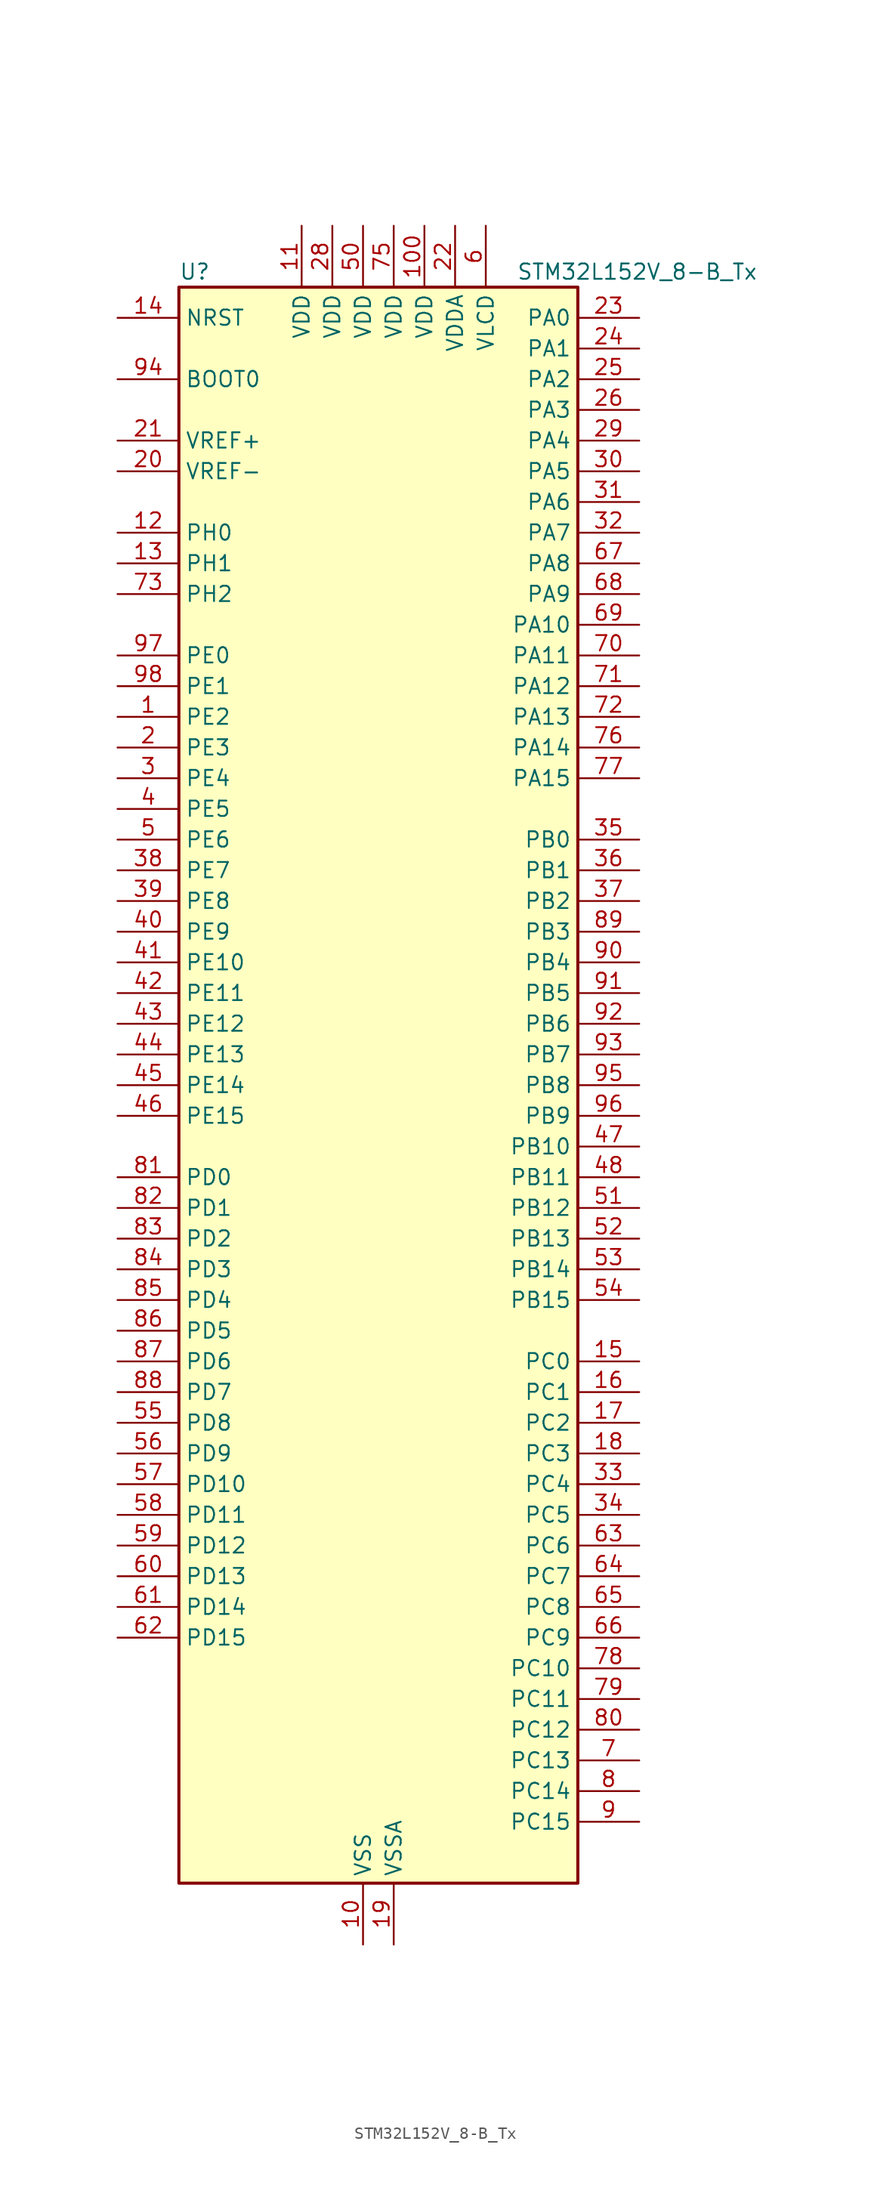
<source format=kicad_sym>
(kicad_symbol_lib
  (version 20231120)
  (generator "kicad-library-utils")
  (generator_version "8.0")
  (symbol "STM32L152V_8-B_Tx"
    (property "Reference" "U"
      (at -15.24 67.31 0)
      (effects (font (size 1.27 1.27)) (justify left)))
    (property "Value" "STM32L152V_8-B_Tx"
      (at 12.7 67.31 0)
      (effects (font (size 1.27 1.27)) (justify left)))
    (symbol "STM32L152V_8-B_Tx_0_1"
      (rectangle (start -15.24 -66.04) (end 17.78 66.04) (stroke (width 0.254) (type default)) (fill (type background))))
    (symbol "STM32L152V_8-B_Tx_1_1"
      (pin bidirectional line (at -20.32 30.48 0) (length 5.08) (name "PE2" (effects (font (size 1.27 1.27)))) (number "1" (effects (font (size 1.27 1.27)))) (alternate "LCD_SEG38" bidirectional line) (alternate "SYS_TRACECK" bidirectional line) (alternate "TIM3_ETR" bidirectional line) (alternate "TIMX_IC3" bidirectional line))
      (pin power_in line (at 0 -71.12 90) (length 5.08) (name "VSS" (effects (font (size 1.27 1.27)))) (number "10" (effects (font (size 1.27 1.27)))))
      (pin power_in line (at 5.08 71.12 270) (length 5.08) (name "VDD" (effects (font (size 1.27 1.27)))) (number "100" (effects (font (size 1.27 1.27)))))
      (pin power_in line (at -5.08 71.12 270) (length 5.08) (name "VDD" (effects (font (size 1.27 1.27)))) (number "11" (effects (font (size 1.27 1.27)))))
      (pin bidirectional line (at -20.32 45.72 0) (length 5.08) (name "PH0" (effects (font (size 1.27 1.27)))) (number "12" (effects (font (size 1.27 1.27)))) (alternate "RCC_OSC_IN" bidirectional line))
      (pin bidirectional line (at -20.32 43.18 0) (length 5.08) (name "PH1" (effects (font (size 1.27 1.27)))) (number "13" (effects (font (size 1.27 1.27)))) (alternate "RCC_OSC_OUT" bidirectional line))
      (pin input line (at -20.32 63.5 0) (length 5.08) (name "NRST" (effects (font (size 1.27 1.27)))) (number "14" (effects (font (size 1.27 1.27)))))
      (pin bidirectional line (at 22.86 -22.86 180) (length 5.08) (name "PC0" (effects (font (size 1.27 1.27)))) (number "15" (effects (font (size 1.27 1.27)))) (alternate "ADC_IN10" bidirectional line) (alternate "COMP1_INP" bidirectional line) (alternate "LCD_SEG18" bidirectional line) (alternate "TIMX_IC1" bidirectional line) (alternate "TS_G8_IO1" bidirectional line))
      (pin bidirectional line (at 22.86 -25.4 180) (length 5.08) (name "PC1" (effects (font (size 1.27 1.27)))) (number "16" (effects (font (size 1.27 1.27)))) (alternate "ADC_IN11" bidirectional line) (alternate "COMP1_INP" bidirectional line) (alternate "LCD_SEG19" bidirectional line) (alternate "TIMX_IC2" bidirectional line) (alternate "TS_G8_IO2" bidirectional line))
      (pin bidirectional line (at 22.86 -27.94 180) (length 5.08) (name "PC2" (effects (font (size 1.27 1.27)))) (number "17" (effects (font (size 1.27 1.27)))) (alternate "ADC_IN12" bidirectional line) (alternate "COMP1_INP" bidirectional line) (alternate "LCD_SEG20" bidirectional line) (alternate "TIMX_IC3" bidirectional line) (alternate "TS_G8_IO3" bidirectional line))
      (pin bidirectional line (at 22.86 -30.48 180) (length 5.08) (name "PC3" (effects (font (size 1.27 1.27)))) (number "18" (effects (font (size 1.27 1.27)))) (alternate "ADC_IN13" bidirectional line) (alternate "COMP1_INP" bidirectional line) (alternate "LCD_SEG21" bidirectional line) (alternate "TIMX_IC4" bidirectional line) (alternate "TS_G8_IO4" bidirectional line))
      (pin power_in line (at 2.54 -71.12 90) (length 5.08) (name "VSSA" (effects (font (size 1.27 1.27)))) (number "19" (effects (font (size 1.27 1.27)))))
      (pin bidirectional line (at -20.32 27.94 0) (length 5.08) (name "PE3" (effects (font (size 1.27 1.27)))) (number "2" (effects (font (size 1.27 1.27)))) (alternate "LCD_SEG39" bidirectional line) (alternate "SYS_TRACED0" bidirectional line) (alternate "TIM3_CH1" bidirectional line) (alternate "TIMX_IC4" bidirectional line))
      (pin input line (at -20.32 50.8 0) (length 5.08) (name "VREF-" (effects (font (size 1.27 1.27)))) (number "20" (effects (font (size 1.27 1.27)))))
      (pin input line (at -20.32 53.34 0) (length 5.08) (name "VREF+" (effects (font (size 1.27 1.27)))) (number "21" (effects (font (size 1.27 1.27)))))
      (pin power_in line (at 7.62 71.12 270) (length 5.08) (name "VDDA" (effects (font (size 1.27 1.27)))) (number "22" (effects (font (size 1.27 1.27)))))
      (pin bidirectional line (at 22.86 63.5 180) (length 5.08) (name "PA0" (effects (font (size 1.27 1.27)))) (number "23" (effects (font (size 1.27 1.27)))) (alternate "ADC_IN0" bidirectional line) (alternate "COMP1_INP" bidirectional line) (alternate "SYS_WKUP1" bidirectional line) (alternate "TIM2_CH1" bidirectional line) (alternate "TIM2_ETR" bidirectional line) (alternate "TIMX_IC1" bidirectional line) (alternate "TS_G1_IO1" bidirectional line) (alternate "USART2_CTS" bidirectional line))
      (pin bidirectional line (at 22.86 60.96 180) (length 5.08) (name "PA1" (effects (font (size 1.27 1.27)))) (number "24" (effects (font (size 1.27 1.27)))) (alternate "ADC_IN1" bidirectional line) (alternate "COMP1_INP" bidirectional line) (alternate "LCD_SEG0" bidirectional line) (alternate "TIM2_CH2" bidirectional line) (alternate "TIMX_IC2" bidirectional line) (alternate "TS_G1_IO2" bidirectional line) (alternate "USART2_RTS" bidirectional line))
      (pin bidirectional line (at 22.86 58.42 180) (length 5.08) (name "PA2" (effects (font (size 1.27 1.27)))) (number "25" (effects (font (size 1.27 1.27)))) (alternate "ADC_IN2" bidirectional line) (alternate "COMP1_INP" bidirectional line) (alternate "LCD_SEG1" bidirectional line) (alternate "TIM2_CH3" bidirectional line) (alternate "TIM9_CH1" bidirectional line) (alternate "TIMX_IC3" bidirectional line) (alternate "TS_G1_IO3" bidirectional line) (alternate "USART2_TX" bidirectional line))
      (pin bidirectional line (at 22.86 55.88 180) (length 5.08) (name "PA3" (effects (font (size 1.27 1.27)))) (number "26" (effects (font (size 1.27 1.27)))) (alternate "ADC_IN3" bidirectional line) (alternate "COMP1_INP" bidirectional line) (alternate "LCD_SEG2" bidirectional line) (alternate "TIM2_CH4" bidirectional line) (alternate "TIM9_CH2" bidirectional line) (alternate "TIMX_IC4" bidirectional line) (alternate "TS_G1_IO4" bidirectional line) (alternate "USART2_RX" bidirectional line))
      (pin passive line (at 0 -71.12 90) (length 5.08) hide (name "VSS" (effects (font (size 1.27 1.27)))) (number "27" (effects (font (size 1.27 1.27)))))
      (pin power_in line (at -2.54 71.12 270) (length 5.08) (name "VDD" (effects (font (size 1.27 1.27)))) (number "28" (effects (font (size 1.27 1.27)))))
      (pin bidirectional line (at 22.86 53.34 180) (length 5.08) (name "PA4" (effects (font (size 1.27 1.27)))) (number "29" (effects (font (size 1.27 1.27)))) (alternate "ADC_IN4" bidirectional line) (alternate "COMP1_INP" bidirectional line) (alternate "DAC_OUT1" bidirectional line) (alternate "SPI1_NSS" bidirectional line) (alternate "TIMX_IC1" bidirectional line) (alternate "USART2_CK" bidirectional line))
      (pin bidirectional line (at -20.32 25.4 0) (length 5.08) (name "PE4" (effects (font (size 1.27 1.27)))) (number "3" (effects (font (size 1.27 1.27)))) (alternate "SYS_TRACED1" bidirectional line) (alternate "TIM3_CH2" bidirectional line) (alternate "TIMX_IC1" bidirectional line))
      (pin bidirectional line (at 22.86 50.8 180) (length 5.08) (name "PA5" (effects (font (size 1.27 1.27)))) (number "30" (effects (font (size 1.27 1.27)))) (alternate "ADC_IN5" bidirectional line) (alternate "COMP1_INP" bidirectional line) (alternate "DAC_OUT2" bidirectional line) (alternate "SPI1_SCK" bidirectional line) (alternate "TIM2_CH1" bidirectional line) (alternate "TIM2_ETR" bidirectional line) (alternate "TIMX_IC2" bidirectional line))
      (pin bidirectional line (at 22.86 48.26 180) (length 5.08) (name "PA6" (effects (font (size 1.27 1.27)))) (number "31" (effects (font (size 1.27 1.27)))) (alternate "ADC_IN6" bidirectional line) (alternate "COMP1_INP" bidirectional line) (alternate "LCD_SEG3" bidirectional line) (alternate "SPI1_MISO" bidirectional line) (alternate "TIM10_CH1" bidirectional line) (alternate "TIM3_CH1" bidirectional line) (alternate "TIMX_IC3" bidirectional line) (alternate "TS_G2_IO1" bidirectional line))
      (pin bidirectional line (at 22.86 45.72 180) (length 5.08) (name "PA7" (effects (font (size 1.27 1.27)))) (number "32" (effects (font (size 1.27 1.27)))) (alternate "ADC_IN7" bidirectional line) (alternate "COMP1_INP" bidirectional line) (alternate "LCD_SEG4" bidirectional line) (alternate "SPI1_MOSI" bidirectional line) (alternate "TIM11_CH1" bidirectional line) (alternate "TIM3_CH2" bidirectional line) (alternate "TIMX_IC4" bidirectional line) (alternate "TS_G2_IO2" bidirectional line))
      (pin bidirectional line (at 22.86 -33.02 180) (length 5.08) (name "PC4" (effects (font (size 1.27 1.27)))) (number "33" (effects (font (size 1.27 1.27)))) (alternate "ADC_IN14" bidirectional line) (alternate "COMP1_INP" bidirectional line) (alternate "LCD_SEG22" bidirectional line) (alternate "TIMX_IC1" bidirectional line) (alternate "TS_G9_IO1" bidirectional line))
      (pin bidirectional line (at 22.86 -35.56 180) (length 5.08) (name "PC5" (effects (font (size 1.27 1.27)))) (number "34" (effects (font (size 1.27 1.27)))) (alternate "ADC_IN15" bidirectional line) (alternate "COMP1_INP" bidirectional line) (alternate "LCD_SEG23" bidirectional line) (alternate "TIMX_IC2" bidirectional line) (alternate "TS_G9_IO2" bidirectional line))
      (pin bidirectional line (at 22.86 20.32 180) (length 5.08) (name "PB0" (effects (font (size 1.27 1.27)))) (number "35" (effects (font (size 1.27 1.27)))) (alternate "ADC_IN8" bidirectional line) (alternate "COMP1_INP" bidirectional line) (alternate "LCD_SEG5" bidirectional line) (alternate "SYS_V_REF_OUT" bidirectional line) (alternate "TIM3_CH3" bidirectional line) (alternate "TS_G3_IO1" bidirectional line))
      (pin bidirectional line (at 22.86 17.78 180) (length 5.08) (name "PB1" (effects (font (size 1.27 1.27)))) (number "36" (effects (font (size 1.27 1.27)))) (alternate "ADC_IN9" bidirectional line) (alternate "COMP1_INP" bidirectional line) (alternate "LCD_SEG6" bidirectional line) (alternate "SYS_V_REF_OUT" bidirectional line) (alternate "TIM3_CH4" bidirectional line) (alternate "TS_G3_IO2" bidirectional line))
      (pin bidirectional line (at 22.86 15.24 180) (length 5.08) (name "PB2" (effects (font (size 1.27 1.27)))) (number "37" (effects (font (size 1.27 1.27)))))
      (pin bidirectional line (at -20.32 17.78 0) (length 5.08) (name "PE7" (effects (font (size 1.27 1.27)))) (number "38" (effects (font (size 1.27 1.27)))) (alternate "ADC_IN22" bidirectional line) (alternate "COMP1_INP" bidirectional line) (alternate "TIMX_IC4" bidirectional line))
      (pin bidirectional line (at -20.32 15.24 0) (length 5.08) (name "PE8" (effects (font (size 1.27 1.27)))) (number "39" (effects (font (size 1.27 1.27)))) (alternate "ADC_IN23" bidirectional line) (alternate "COMP1_INP" bidirectional line) (alternate "TIMX_IC1" bidirectional line))
      (pin bidirectional line (at -20.32 22.86 0) (length 5.08) (name "PE5" (effects (font (size 1.27 1.27)))) (number "4" (effects (font (size 1.27 1.27)))) (alternate "SYS_TRACED2" bidirectional line) (alternate "TIM9_CH1" bidirectional line) (alternate "TIMX_IC2" bidirectional line))
      (pin bidirectional line (at -20.32 12.7 0) (length 5.08) (name "PE9" (effects (font (size 1.27 1.27)))) (number "40" (effects (font (size 1.27 1.27)))) (alternate "ADC_IN24" bidirectional line) (alternate "COMP1_INP" bidirectional line) (alternate "DAC_EXTI9" bidirectional line) (alternate "TIM2_CH1" bidirectional line) (alternate "TIM2_ETR" bidirectional line) (alternate "TIMX_IC2" bidirectional line))
      (pin bidirectional line (at -20.32 10.16 0) (length 5.08) (name "PE10" (effects (font (size 1.27 1.27)))) (number "41" (effects (font (size 1.27 1.27)))) (alternate "ADC_IN25" bidirectional line) (alternate "COMP1_INP" bidirectional line) (alternate "TIM2_CH2" bidirectional line) (alternate "TIMX_IC3" bidirectional line))
      (pin bidirectional line (at -20.32 7.62 0) (length 5.08) (name "PE11" (effects (font (size 1.27 1.27)))) (number "42" (effects (font (size 1.27 1.27)))) (alternate "ADC_EXTI11" bidirectional line) (alternate "TIM2_CH3" bidirectional line) (alternate "TIMX_IC4" bidirectional line))
      (pin bidirectional line (at -20.32 5.08 0) (length 5.08) (name "PE12" (effects (font (size 1.27 1.27)))) (number "43" (effects (font (size 1.27 1.27)))) (alternate "SPI1_NSS" bidirectional line) (alternate "TIM2_CH4" bidirectional line) (alternate "TIMX_IC1" bidirectional line))
      (pin bidirectional line (at -20.32 2.54 0) (length 5.08) (name "PE13" (effects (font (size 1.27 1.27)))) (number "44" (effects (font (size 1.27 1.27)))) (alternate "SPI1_SCK" bidirectional line) (alternate "TIMX_IC2" bidirectional line))
      (pin bidirectional line (at -20.32 0 0) (length 5.08) (name "PE14" (effects (font (size 1.27 1.27)))) (number "45" (effects (font (size 1.27 1.27)))) (alternate "SPI1_MISO" bidirectional line) (alternate "TIMX_IC3" bidirectional line))
      (pin bidirectional line (at -20.32 -2.54 0) (length 5.08) (name "PE15" (effects (font (size 1.27 1.27)))) (number "46" (effects (font (size 1.27 1.27)))) (alternate "ADC_EXTI15" bidirectional line) (alternate "SPI1_MOSI" bidirectional line) (alternate "TIMX_IC4" bidirectional line))
      (pin bidirectional line (at 22.86 -5.08 180) (length 5.08) (name "PB10" (effects (font (size 1.27 1.27)))) (number "47" (effects (font (size 1.27 1.27)))) (alternate "I2C2_SCL" bidirectional line) (alternate "LCD_SEG10" bidirectional line) (alternate "TIM2_CH3" bidirectional line) (alternate "USART3_TX" bidirectional line))
      (pin bidirectional line (at 22.86 -7.62 180) (length 5.08) (name "PB11" (effects (font (size 1.27 1.27)))) (number "48" (effects (font (size 1.27 1.27)))) (alternate "ADC_EXTI11" bidirectional line) (alternate "I2C2_SDA" bidirectional line) (alternate "LCD_SEG11" bidirectional line) (alternate "TIM2_CH4" bidirectional line) (alternate "USART3_RX" bidirectional line))
      (pin passive line (at 0 -71.12 90) (length 5.08) hide (name "VSS" (effects (font (size 1.27 1.27)))) (number "49" (effects (font (size 1.27 1.27)))))
      (pin bidirectional line (at -20.32 20.32 0) (length 5.08) (name "PE6" (effects (font (size 1.27 1.27)))) (number "5" (effects (font (size 1.27 1.27)))) (alternate "SYS_TRACED3" bidirectional line) (alternate "SYS_WKUP3" bidirectional line) (alternate "TIM9_CH2" bidirectional line) (alternate "TIMX_IC3" bidirectional line))
      (pin power_in line (at 0 71.12 270) (length 5.08) (name "VDD" (effects (font (size 1.27 1.27)))) (number "50" (effects (font (size 1.27 1.27)))))
      (pin bidirectional line (at 22.86 -10.16 180) (length 5.08) (name "PB12" (effects (font (size 1.27 1.27)))) (number "51" (effects (font (size 1.27 1.27)))) (alternate "ADC_IN18" bidirectional line) (alternate "COMP1_INP" bidirectional line) (alternate "I2C2_SMBA" bidirectional line) (alternate "LCD_SEG12" bidirectional line) (alternate "SPI2_NSS" bidirectional line) (alternate "TIM10_CH1" bidirectional line) (alternate "TS_G7_IO1" bidirectional line) (alternate "USART3_CK" bidirectional line))
      (pin bidirectional line (at 22.86 -12.7 180) (length 5.08) (name "PB13" (effects (font (size 1.27 1.27)))) (number "52" (effects (font (size 1.27 1.27)))) (alternate "ADC_IN19" bidirectional line) (alternate "COMP1_INP" bidirectional line) (alternate "LCD_SEG13" bidirectional line) (alternate "SPI2_SCK" bidirectional line) (alternate "TIM9_CH1" bidirectional line) (alternate "TS_G7_IO2" bidirectional line) (alternate "USART3_CTS" bidirectional line))
      (pin bidirectional line (at 22.86 -15.24 180) (length 5.08) (name "PB14" (effects (font (size 1.27 1.27)))) (number "53" (effects (font (size 1.27 1.27)))) (alternate "ADC_IN20" bidirectional line) (alternate "COMP1_INP" bidirectional line) (alternate "LCD_SEG14" bidirectional line) (alternate "SPI2_MISO" bidirectional line) (alternate "TIM9_CH2" bidirectional line) (alternate "TS_G7_IO3" bidirectional line) (alternate "USART3_RTS" bidirectional line))
      (pin bidirectional line (at 22.86 -17.78 180) (length 5.08) (name "PB15" (effects (font (size 1.27 1.27)))) (number "54" (effects (font (size 1.27 1.27)))) (alternate "ADC_EXTI15" bidirectional line) (alternate "ADC_IN21" bidirectional line) (alternate "COMP1_INP" bidirectional line) (alternate "LCD_SEG15" bidirectional line) (alternate "RTC_REFIN" bidirectional line) (alternate "SPI2_MOSI" bidirectional line) (alternate "TIM11_CH1" bidirectional line) (alternate "TS_G7_IO4" bidirectional line))
      (pin bidirectional line (at -20.32 -27.94 0) (length 5.08) (name "PD8" (effects (font (size 1.27 1.27)))) (number "55" (effects (font (size 1.27 1.27)))) (alternate "LCD_SEG28" bidirectional line) (alternate "TIMX_IC1" bidirectional line) (alternate "USART3_TX" bidirectional line))
      (pin bidirectional line (at -20.32 -30.48 0) (length 5.08) (name "PD9" (effects (font (size 1.27 1.27)))) (number "56" (effects (font (size 1.27 1.27)))) (alternate "DAC_EXTI9" bidirectional line) (alternate "LCD_SEG29" bidirectional line) (alternate "TIMX_IC2" bidirectional line) (alternate "USART3_RX" bidirectional line))
      (pin bidirectional line (at -20.32 -33.02 0) (length 5.08) (name "PD10" (effects (font (size 1.27 1.27)))) (number "57" (effects (font (size 1.27 1.27)))) (alternate "LCD_SEG30" bidirectional line) (alternate "TIMX_IC3" bidirectional line) (alternate "USART3_CK" bidirectional line))
      (pin bidirectional line (at -20.32 -35.56 0) (length 5.08) (name "PD11" (effects (font (size 1.27 1.27)))) (number "58" (effects (font (size 1.27 1.27)))) (alternate "ADC_EXTI11" bidirectional line) (alternate "LCD_SEG31" bidirectional line) (alternate "TIMX_IC4" bidirectional line) (alternate "USART3_CTS" bidirectional line))
      (pin bidirectional line (at -20.32 -38.1 0) (length 5.08) (name "PD12" (effects (font (size 1.27 1.27)))) (number "59" (effects (font (size 1.27 1.27)))) (alternate "LCD_SEG32" bidirectional line) (alternate "TIM4_CH1" bidirectional line) (alternate "TIMX_IC1" bidirectional line) (alternate "USART3_RTS" bidirectional line))
      (pin power_in line (at 10.16 71.12 270) (length 5.08) (name "VLCD" (effects (font (size 1.27 1.27)))) (number "6" (effects (font (size 1.27 1.27)))))
      (pin bidirectional line (at -20.32 -40.64 0) (length 5.08) (name "PD13" (effects (font (size 1.27 1.27)))) (number "60" (effects (font (size 1.27 1.27)))) (alternate "LCD_SEG33" bidirectional line) (alternate "TIM4_CH2" bidirectional line) (alternate "TIMX_IC2" bidirectional line))
      (pin bidirectional line (at -20.32 -43.18 0) (length 5.08) (name "PD14" (effects (font (size 1.27 1.27)))) (number "61" (effects (font (size 1.27 1.27)))) (alternate "LCD_SEG34" bidirectional line) (alternate "TIM4_CH3" bidirectional line) (alternate "TIMX_IC3" bidirectional line))
      (pin bidirectional line (at -20.32 -45.72 0) (length 5.08) (name "PD15" (effects (font (size 1.27 1.27)))) (number "62" (effects (font (size 1.27 1.27)))) (alternate "ADC_EXTI15" bidirectional line) (alternate "LCD_SEG35" bidirectional line) (alternate "TIM4_CH4" bidirectional line) (alternate "TIMX_IC4" bidirectional line))
      (pin bidirectional line (at 22.86 -38.1 180) (length 5.08) (name "PC6" (effects (font (size 1.27 1.27)))) (number "63" (effects (font (size 1.27 1.27)))) (alternate "LCD_SEG24" bidirectional line) (alternate "TIM3_CH1" bidirectional line) (alternate "TIMX_IC3" bidirectional line) (alternate "TS_G10_IO1" bidirectional line))
      (pin bidirectional line (at 22.86 -40.64 180) (length 5.08) (name "PC7" (effects (font (size 1.27 1.27)))) (number "64" (effects (font (size 1.27 1.27)))) (alternate "LCD_SEG25" bidirectional line) (alternate "TIM3_CH2" bidirectional line) (alternate "TIMX_IC4" bidirectional line) (alternate "TS_G10_IO2" bidirectional line))
      (pin bidirectional line (at 22.86 -43.18 180) (length 5.08) (name "PC8" (effects (font (size 1.27 1.27)))) (number "65" (effects (font (size 1.27 1.27)))) (alternate "LCD_SEG26" bidirectional line) (alternate "TIM3_CH3" bidirectional line) (alternate "TIMX_IC1" bidirectional line) (alternate "TS_G10_IO3" bidirectional line))
      (pin bidirectional line (at 22.86 -45.72 180) (length 5.08) (name "PC9" (effects (font (size 1.27 1.27)))) (number "66" (effects (font (size 1.27 1.27)))) (alternate "DAC_EXTI9" bidirectional line) (alternate "LCD_SEG27" bidirectional line) (alternate "TIM3_CH4" bidirectional line) (alternate "TIMX_IC2" bidirectional line) (alternate "TS_G10_IO4" bidirectional line))
      (pin bidirectional line (at 22.86 43.18 180) (length 5.08) (name "PA8" (effects (font (size 1.27 1.27)))) (number "67" (effects (font (size 1.27 1.27)))) (alternate "LCD_COM0" bidirectional line) (alternate "RCC_MCO" bidirectional line) (alternate "TIMX_IC1" bidirectional line) (alternate "TS_G4_IO1" bidirectional line) (alternate "USART1_CK" bidirectional line))
      (pin bidirectional line (at 22.86 40.64 180) (length 5.08) (name "PA9" (effects (font (size 1.27 1.27)))) (number "68" (effects (font (size 1.27 1.27)))) (alternate "DAC_EXTI9" bidirectional line) (alternate "LCD_COM1" bidirectional line) (alternate "TIMX_IC2" bidirectional line) (alternate "TS_G4_IO2" bidirectional line) (alternate "USART1_TX" bidirectional line))
      (pin bidirectional line (at 22.86 38.1 180) (length 5.08) (name "PA10" (effects (font (size 1.27 1.27)))) (number "69" (effects (font (size 1.27 1.27)))) (alternate "LCD_COM2" bidirectional line) (alternate "TIMX_IC3" bidirectional line) (alternate "TS_G4_IO3" bidirectional line) (alternate "USART1_RX" bidirectional line))
      (pin bidirectional line (at 22.86 -55.88 180) (length 5.08) (name "PC13" (effects (font (size 1.27 1.27)))) (number "7" (effects (font (size 1.27 1.27)))) (alternate "RTC_OUT_ALARM" bidirectional line) (alternate "RTC_OUT_CALIB" bidirectional line) (alternate "RTC_TAMP1" bidirectional line) (alternate "RTC_TS" bidirectional line) (alternate "SYS_WKUP2" bidirectional line) (alternate "TIMX_IC2" bidirectional line))
      (pin bidirectional line (at 22.86 35.56 180) (length 5.08) (name "PA11" (effects (font (size 1.27 1.27)))) (number "70" (effects (font (size 1.27 1.27)))) (alternate "ADC_EXTI11" bidirectional line) (alternate "SPI1_MISO" bidirectional line) (alternate "TIMX_IC4" bidirectional line) (alternate "USART1_CTS" bidirectional line) (alternate "USB_DM" bidirectional line))
      (pin bidirectional line (at 22.86 33.02 180) (length 5.08) (name "PA12" (effects (font (size 1.27 1.27)))) (number "71" (effects (font (size 1.27 1.27)))) (alternate "SPI1_MOSI" bidirectional line) (alternate "TIMX_IC1" bidirectional line) (alternate "USART1_RTS" bidirectional line) (alternate "USB_DP" bidirectional line))
      (pin bidirectional line (at 22.86 30.48 180) (length 5.08) (name "PA13" (effects (font (size 1.27 1.27)))) (number "72" (effects (font (size 1.27 1.27)))) (alternate "SYS_JTMS-SWDIO" bidirectional line) (alternate "TIMX_IC2" bidirectional line) (alternate "TS_G5_IO1" bidirectional line))
      (pin bidirectional line (at -20.32 40.64 0) (length 5.08) (name "PH2" (effects (font (size 1.27 1.27)))) (number "73" (effects (font (size 1.27 1.27)))))
      (pin passive line (at 0 -71.12 90) (length 5.08) hide (name "VSS" (effects (font (size 1.27 1.27)))) (number "74" (effects (font (size 1.27 1.27)))))
      (pin power_in line (at 2.54 71.12 270) (length 5.08) (name "VDD" (effects (font (size 1.27 1.27)))) (number "75" (effects (font (size 1.27 1.27)))))
      (pin bidirectional line (at 22.86 27.94 180) (length 5.08) (name "PA14" (effects (font (size 1.27 1.27)))) (number "76" (effects (font (size 1.27 1.27)))) (alternate "SYS_JTCK-SWCLK" bidirectional line) (alternate "TIMX_IC3" bidirectional line) (alternate "TS_G5_IO2" bidirectional line))
      (pin bidirectional line (at 22.86 25.4 180) (length 5.08) (name "PA15" (effects (font (size 1.27 1.27)))) (number "77" (effects (font (size 1.27 1.27)))) (alternate "ADC_EXTI15" bidirectional line) (alternate "LCD_SEG17" bidirectional line) (alternate "SPI1_NSS" bidirectional line) (alternate "SYS_JTDI" bidirectional line) (alternate "TIM2_CH1" bidirectional line) (alternate "TIM2_ETR" bidirectional line) (alternate "TIMX_IC4" bidirectional line) (alternate "TS_G5_IO3" bidirectional line))
      (pin bidirectional line (at 22.86 -48.26 180) (length 5.08) (name "PC10" (effects (font (size 1.27 1.27)))) (number "78" (effects (font (size 1.27 1.27)))) (alternate "LCD_COM4" bidirectional line) (alternate "LCD_SEG28" bidirectional line) (alternate "LCD_SEG40" bidirectional line) (alternate "TIMX_IC3" bidirectional line) (alternate "USART3_TX" bidirectional line))
      (pin bidirectional line (at 22.86 -50.8 180) (length 5.08) (name "PC11" (effects (font (size 1.27 1.27)))) (number "79" (effects (font (size 1.27 1.27)))) (alternate "ADC_EXTI11" bidirectional line) (alternate "LCD_COM5" bidirectional line) (alternate "LCD_SEG29" bidirectional line) (alternate "LCD_SEG41" bidirectional line) (alternate "TIMX_IC4" bidirectional line) (alternate "USART3_RX" bidirectional line))
      (pin bidirectional line (at 22.86 -58.42 180) (length 5.08) (name "PC14" (effects (font (size 1.27 1.27)))) (number "8" (effects (font (size 1.27 1.27)))) (alternate "RCC_OSC32_IN" bidirectional line) (alternate "TIMX_IC3" bidirectional line))
      (pin bidirectional line (at 22.86 -53.34 180) (length 5.08) (name "PC12" (effects (font (size 1.27 1.27)))) (number "80" (effects (font (size 1.27 1.27)))) (alternate "LCD_COM6" bidirectional line) (alternate "LCD_SEG30" bidirectional line) (alternate "LCD_SEG42" bidirectional line) (alternate "TIMX_IC1" bidirectional line) (alternate "USART3_CK" bidirectional line))
      (pin bidirectional line (at -20.32 -7.62 0) (length 5.08) (name "PD0" (effects (font (size 1.27 1.27)))) (number "81" (effects (font (size 1.27 1.27)))) (alternate "SPI2_NSS" bidirectional line) (alternate "TIM9_CH1" bidirectional line) (alternate "TIMX_IC1" bidirectional line))
      (pin bidirectional line (at -20.32 -10.16 0) (length 5.08) (name "PD1" (effects (font (size 1.27 1.27)))) (number "82" (effects (font (size 1.27 1.27)))) (alternate "SPI2_SCK" bidirectional line) (alternate "TIMX_IC2" bidirectional line))
      (pin bidirectional line (at -20.32 -12.7 0) (length 5.08) (name "PD2" (effects (font (size 1.27 1.27)))) (number "83" (effects (font (size 1.27 1.27)))) (alternate "LCD_COM7" bidirectional line) (alternate "LCD_SEG31" bidirectional line) (alternate "LCD_SEG43" bidirectional line) (alternate "TIM3_ETR" bidirectional line) (alternate "TIMX_IC3" bidirectional line))
      (pin bidirectional line (at -20.32 -15.24 0) (length 5.08) (name "PD3" (effects (font (size 1.27 1.27)))) (number "84" (effects (font (size 1.27 1.27)))) (alternate "SPI2_MISO" bidirectional line) (alternate "TIMX_IC4" bidirectional line) (alternate "USART2_CTS" bidirectional line))
      (pin bidirectional line (at -20.32 -17.78 0) (length 5.08) (name "PD4" (effects (font (size 1.27 1.27)))) (number "85" (effects (font (size 1.27 1.27)))) (alternate "SPI2_MOSI" bidirectional line) (alternate "TIMX_IC1" bidirectional line) (alternate "USART2_RTS" bidirectional line))
      (pin bidirectional line (at -20.32 -20.32 0) (length 5.08) (name "PD5" (effects (font (size 1.27 1.27)))) (number "86" (effects (font (size 1.27 1.27)))) (alternate "TIMX_IC2" bidirectional line) (alternate "USART2_TX" bidirectional line))
      (pin bidirectional line (at -20.32 -22.86 0) (length 5.08) (name "PD6" (effects (font (size 1.27 1.27)))) (number "87" (effects (font (size 1.27 1.27)))) (alternate "TIMX_IC3" bidirectional line) (alternate "USART2_RX" bidirectional line))
      (pin bidirectional line (at -20.32 -25.4 0) (length 5.08) (name "PD7" (effects (font (size 1.27 1.27)))) (number "88" (effects (font (size 1.27 1.27)))) (alternate "TIM9_CH2" bidirectional line) (alternate "TIMX_IC4" bidirectional line) (alternate "USART2_CK" bidirectional line))
      (pin bidirectional line (at 22.86 12.7 180) (length 5.08) (name "PB3" (effects (font (size 1.27 1.27)))) (number "89" (effects (font (size 1.27 1.27)))) (alternate "COMP2_INM" bidirectional line) (alternate "LCD_SEG7" bidirectional line) (alternate "SPI1_SCK" bidirectional line) (alternate "SYS_JTDO-TRACESWO" bidirectional line) (alternate "TIM2_CH2" bidirectional line))
      (pin bidirectional line (at 22.86 -60.96 180) (length 5.08) (name "PC15" (effects (font (size 1.27 1.27)))) (number "9" (effects (font (size 1.27 1.27)))) (alternate "ADC_EXTI15" bidirectional line) (alternate "RCC_OSC32_OUT" bidirectional line) (alternate "TIMX_IC4" bidirectional line))
      (pin bidirectional line (at 22.86 10.16 180) (length 5.08) (name "PB4" (effects (font (size 1.27 1.27)))) (number "90" (effects (font (size 1.27 1.27)))) (alternate "COMP2_INP" bidirectional line) (alternate "LCD_SEG8" bidirectional line) (alternate "SPI1_MISO" bidirectional line) (alternate "SYS_JTRST" bidirectional line) (alternate "TIM3_CH1" bidirectional line) (alternate "TS_G6_IO1" bidirectional line))
      (pin bidirectional line (at 22.86 7.62 180) (length 5.08) (name "PB5" (effects (font (size 1.27 1.27)))) (number "91" (effects (font (size 1.27 1.27)))) (alternate "COMP2_INP" bidirectional line) (alternate "I2C1_SMBA" bidirectional line) (alternate "LCD_SEG9" bidirectional line) (alternate "SPI1_MOSI" bidirectional line) (alternate "TIM3_CH2" bidirectional line) (alternate "TS_G6_IO2" bidirectional line))
      (pin bidirectional line (at 22.86 5.08 180) (length 5.08) (name "PB6" (effects (font (size 1.27 1.27)))) (number "92" (effects (font (size 1.27 1.27)))) (alternate "I2C1_SCL" bidirectional line) (alternate "TIM4_CH1" bidirectional line) (alternate "USART1_TX" bidirectional line))
      (pin bidirectional line (at 22.86 2.54 180) (length 5.08) (name "PB7" (effects (font (size 1.27 1.27)))) (number "93" (effects (font (size 1.27 1.27)))) (alternate "I2C1_SDA" bidirectional line) (alternate "SYS_PVD_IN" bidirectional line) (alternate "TIM4_CH2" bidirectional line) (alternate "USART1_RX" bidirectional line))
      (pin input line (at -20.32 58.42 0) (length 5.08) (name "BOOT0" (effects (font (size 1.27 1.27)))) (number "94" (effects (font (size 1.27 1.27)))))
      (pin bidirectional line (at 22.86 0 180) (length 5.08) (name "PB8" (effects (font (size 1.27 1.27)))) (number "95" (effects (font (size 1.27 1.27)))) (alternate "I2C1_SCL" bidirectional line) (alternate "LCD_SEG16" bidirectional line) (alternate "TIM10_CH1" bidirectional line) (alternate "TIM4_CH3" bidirectional line))
      (pin bidirectional line (at 22.86 -2.54 180) (length 5.08) (name "PB9" (effects (font (size 1.27 1.27)))) (number "96" (effects (font (size 1.27 1.27)))) (alternate "DAC_EXTI9" bidirectional line) (alternate "I2C1_SDA" bidirectional line) (alternate "LCD_COM3" bidirectional line) (alternate "TIM11_CH1" bidirectional line) (alternate "TIM4_CH4" bidirectional line))
      (pin bidirectional line (at -20.32 35.56 0) (length 5.08) (name "PE0" (effects (font (size 1.27 1.27)))) (number "97" (effects (font (size 1.27 1.27)))) (alternate "LCD_SEG36" bidirectional line) (alternate "TIM10_CH1" bidirectional line) (alternate "TIM4_ETR" bidirectional line) (alternate "TIMX_IC1" bidirectional line))
      (pin bidirectional line (at -20.32 33.02 0) (length 5.08) (name "PE1" (effects (font (size 1.27 1.27)))) (number "98" (effects (font (size 1.27 1.27)))) (alternate "LCD_SEG37" bidirectional line) (alternate "TIM11_CH1" bidirectional line) (alternate "TIMX_IC2" bidirectional line))
      (pin passive line (at 0 -71.12 90) (length 5.08) hide (name "VSS" (effects (font (size 1.27 1.27)))) (number "99" (effects (font (size 1.27 1.27))))))))
</source>
